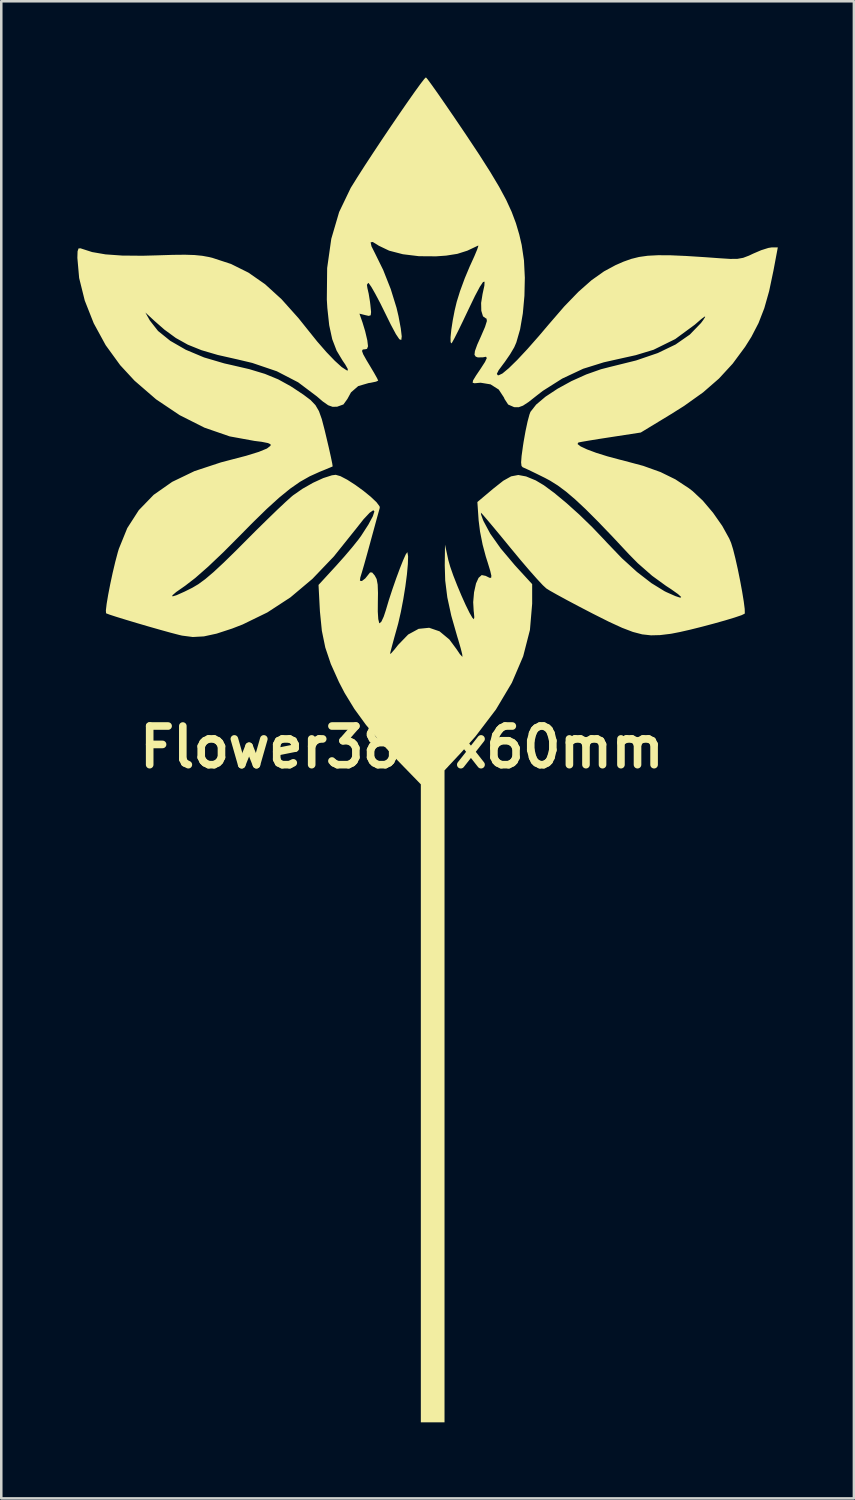
<source format=kicad_pcb>
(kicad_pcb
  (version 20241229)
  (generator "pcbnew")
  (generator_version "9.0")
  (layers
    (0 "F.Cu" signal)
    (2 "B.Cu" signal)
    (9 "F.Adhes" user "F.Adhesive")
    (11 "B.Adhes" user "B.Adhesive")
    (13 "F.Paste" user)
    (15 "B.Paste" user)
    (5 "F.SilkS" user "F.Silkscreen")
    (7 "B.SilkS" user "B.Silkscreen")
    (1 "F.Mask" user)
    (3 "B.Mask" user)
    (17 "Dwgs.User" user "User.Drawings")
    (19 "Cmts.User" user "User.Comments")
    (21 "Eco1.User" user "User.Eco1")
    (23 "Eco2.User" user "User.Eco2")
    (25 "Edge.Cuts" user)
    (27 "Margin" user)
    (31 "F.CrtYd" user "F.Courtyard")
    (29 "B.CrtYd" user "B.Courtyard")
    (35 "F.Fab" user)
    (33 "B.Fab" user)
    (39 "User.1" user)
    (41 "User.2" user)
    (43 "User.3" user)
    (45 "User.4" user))
  (footprint "Flower38.4x60mm"
    (layer "F.Cu")
    (at 12.793 26.406)
    (property "Reference" "Flower38.4x60mm" (at 0 0 0) (layer "F.SilkS") (effects (font (size 1.524 1.524) (thickness 0.3))))
    (attr board_only exclude_from_pos_files exclude_from_bom)
    (fp_poly (pts (xy 1.018 -26.325) (xy 1.177 -26.108) (xy 1.413 -25.776) (xy 1.71 -25.347) (xy 2.056 -24.842) (xy 2.436 -24.281) (xy 2.51 -24.172) (xy 3.047 -23.363) (xy 3.484 -22.677) (xy 3.835 -22.089) (xy 4.112 -21.574) (xy 4.327 -21.106) (xy 4.495 -20.659) (xy 4.628 -20.208) (xy 4.723 -19.799) (xy 4.813 -19.191) (xy 4.847 -18.507) (xy 4.831 -17.794) (xy 4.768 -17.1) (xy 4.66 -16.471) (xy 4.512 -15.957) (xy 4.429 -15.765) (xy 4.265 -15.488) (xy 4.057 -15.186) (xy 4.003 -15.115) (xy 3.815 -14.861) (xy 3.744 -14.72) (xy 3.778 -14.665) (xy 3.816 -14.661) (xy 3.965 -14.733) (xy 4.213 -14.939) (xy 4.546 -15.265) (xy 4.95 -15.697) (xy 5.411 -16.221) (xy 5.773 -16.648) (xy 6.4 -17.374) (xy 6.961 -17.954) (xy 7.476 -18.409) (xy 7.968 -18.758) (xy 8.422 -19.003) (xy 8.74 -19.142) (xy 9.04 -19.249) (xy 9.349 -19.326) (xy 9.693 -19.374) (xy 10.1 -19.395) (xy 10.595 -19.392) (xy 11.206 -19.365) (xy 11.958 -19.317) (xy 12.535 -19.275) (xy 12.944 -19.249) (xy 13.229 -19.252) (xy 13.454 -19.292) (xy 13.681 -19.378) (xy 13.852 -19.459) (xy 14.165 -19.593) (xy 14.447 -19.682) (xy 14.586 -19.704) (xy 14.82 -19.704) (xy 14.649 -18.793) (xy 14.478 -17.98) (xy 14.287 -17.305) (xy 14.06 -16.72) (xy 13.778 -16.176) (xy 13.531 -15.783) (xy 13.041 -15.12) (xy 12.501 -14.533) (xy 11.875 -13.988) (xy 11.125 -13.453) (xy 10.615 -13.132) (xy 9.418 -12.405) (xy 8.234 -12.223) (xy 7.78 -12.153) (xy 7.392 -12.09) (xy 7.106 -12.041) (xy 6.963 -12.013) (xy 6.957 -12.012) (xy 6.924 -11.952) (xy 7.046 -11.858) (xy 7.3 -11.739) (xy 7.66 -11.605) (xy 8.101 -11.467) (xy 8.597 -11.334) (xy 8.689 -11.312) (xy 9.514 -11.091) (xy 10.197 -10.846) (xy 10.782 -10.559) (xy 11.315 -10.208) (xy 11.46 -10.097) (xy 11.861 -9.722) (xy 12.266 -9.243) (xy 12.63 -8.723) (xy 12.906 -8.224) (xy 12.979 -8.052) (xy 13.057 -7.8) (xy 13.147 -7.443) (xy 13.242 -7.02) (xy 13.333 -6.57) (xy 13.414 -6.132) (xy 13.477 -5.746) (xy 13.515 -5.45) (xy 13.519 -5.284) (xy 13.512 -5.263) (xy 13.387 -5.203) (xy 13.118 -5.112) (xy 12.745 -4.999) (xy 12.304 -4.875) (xy 11.834 -4.75) (xy 11.375 -4.635) (xy 10.963 -4.541) (xy 10.638 -4.477) (xy 10.581 -4.468) (xy 10.177 -4.419) (xy 9.82 -4.41) (xy 9.474 -4.448) (xy 9.106 -4.544) (xy 8.682 -4.706) (xy 8.166 -4.943) (xy 7.525 -5.265) (xy 7.483 -5.287) (xy 6.977 -5.55) (xy 6.511 -5.797) (xy 6.12 -6.01) (xy 5.834 -6.171) (xy 5.696 -6.257) (xy 5.556 -6.386) (xy 5.324 -6.635) (xy 5.021 -6.977) (xy 4.672 -7.386) (xy 4.3 -7.835) (xy 4.293 -7.843) (xy 3.938 -8.276) (xy 3.624 -8.655) (xy 3.37 -8.957) (xy 3.195 -9.161) (xy 3.116 -9.244) (xy 3.114 -9.245) (xy 3.123 -9.169) (xy 3.19 -8.981) (xy 3.215 -8.919) (xy 3.482 -8.42) (xy 3.896 -7.835) (xy 4.447 -7.181) (xy 4.546 -7.072) (xy 5.136 -6.429) (xy 5.136 -5.657) (xy 5.048 -4.621) (xy 4.781 -3.582) (xy 4.335 -2.539) (xy 3.708 -1.486) (xy 2.897 -0.42) (xy 2.333 0.216) (xy 1.681 0.914) (xy 1.681 26.614) (xy 0.747 26.614) (xy 0.747 1.464) (xy -0.168 0.522) (xy -0.855 -0.214) (xy -1.415 -0.879) (xy -1.873 -1.509) (xy -2.258 -2.139) (xy -2.481 -2.568) (xy -2.801 -3.28) (xy -3.019 -3.928) (xy -3.155 -4.59) (xy -3.23 -5.343) (xy -3.237 -5.463) (xy -3.286 -6.397) (xy -2.588 -7.157) (xy -2.268 -7.516) (xy -1.964 -7.873) (xy -1.72 -8.177) (xy -1.612 -8.324) (xy -1.319 -8.779) (xy -1.145 -9.104) (xy -1.083 -9.294) (xy -1.127 -9.342) (xy -1.272 -9.241) (xy -1.512 -8.985) (xy -1.841 -8.568) (xy -1.842 -8.568) (xy -2.684 -7.517) (xy -3.528 -6.635) (xy -4.394 -5.906) (xy -5.303 -5.313) (xy -6.275 -4.839) (xy -6.692 -4.677) (xy -7.304 -4.477) (xy -7.805 -4.368) (xy -8.243 -4.344) (xy -8.667 -4.399) (xy -8.778 -4.425) (xy -9.112 -4.512) (xy -9.526 -4.627) (xy -9.983 -4.757) (xy -10.447 -4.893) (xy -10.883 -5.024) (xy -11.253 -5.138) (xy -11.523 -5.226) (xy -11.655 -5.276) (xy -11.662 -5.281) (xy -11.669 -5.394) (xy -11.639 -5.649) (xy -11.579 -6.007) (xy -11.497 -6.429) (xy -11.401 -6.877) (xy -11.298 -7.31) (xy -11.197 -7.691) (xy -11.158 -7.82) (xy -10.826 -8.637) (xy -10.371 -9.344) (xy -9.785 -9.949) (xy -9.056 -10.46) (xy -8.176 -10.884) (xy -7.134 -11.228) (xy -6.818 -11.311) (xy -6.137 -11.489) (xy -5.639 -11.643) (xy -5.32 -11.774) (xy -5.177 -11.884) (xy -5.177 -11.943) (xy -5.287 -11.991) (xy -5.529 -12.039) (xy -5.81 -12.074) (xy -6.79 -12.253) (xy -7.783 -12.597) (xy -8.759 -13.089) (xy -9.688 -13.712) (xy -10.54 -14.449) (xy -11.105 -15.06) (xy -11.677 -15.848) (xy -12.148 -16.711) (xy -12.316 -17.136) (xy -10.112 -17.136) (xy -9.935 -16.82) (xy -9.613 -16.409) (xy -9.131 -16.02) (xy -8.517 -15.667) (xy -7.798 -15.365) (xy -7.001 -15.13) (xy -6.778 -15.08) (xy -6.019 -14.904) (xy -5.4 -14.717) (xy -4.875 -14.501) (xy -4.397 -14.238) (xy -4.266 -14.154) (xy -3.877 -13.895) (xy -3.6 -13.686) (xy -3.407 -13.484) (xy -3.269 -13.247) (xy -3.157 -12.933) (xy -3.044 -12.499) (xy -2.983 -12.242) (xy -2.88 -11.806) (xy -2.799 -11.442) (xy -2.746 -11.186) (xy -2.729 -11.071) (xy -2.73 -11.068) (xy -2.823 -11.028) (xy -3.037 -10.939) (xy -3.244 -10.855) (xy -3.635 -10.678) (xy -4.016 -10.462) (xy -4.409 -10.188) (xy -4.838 -9.838) (xy -5.326 -9.395) (xy -5.895 -8.839) (xy -6.348 -8.379) (xy -7.035 -7.689) (xy -7.637 -7.117) (xy -8.144 -6.672) (xy -8.546 -6.362) (xy -8.589 -6.332) (xy -8.9 -6.115) (xy -9.05 -5.985) (xy -9.043 -5.944) (xy -8.883 -5.992) (xy -8.574 -6.13) (xy -8.264 -6.284) (xy -8.024 -6.426) (xy -7.751 -6.626) (xy -7.424 -6.904) (xy -7.024 -7.276) (xy -6.53 -7.759) (xy -6.21 -8.081) (xy -5.752 -8.54) (xy -5.311 -8.973) (xy -4.914 -9.358) (xy -4.585 -9.667) (xy -4.351 -9.878) (xy -4.292 -9.927) (xy -3.919 -10.187) (xy -3.504 -10.423) (xy -3.099 -10.609) (xy -2.757 -10.719) (xy -2.608 -10.738) (xy -2.423 -10.685) (xy -2.155 -10.545) (xy -1.842 -10.344) (xy -1.521 -10.111) (xy -1.228 -9.873) (xy -1.002 -9.659) (xy -0.88 -9.497) (xy -0.871 -9.44) (xy -0.91 -9.298) (xy -0.989 -9.014) (xy -1.094 -8.627) (xy -1.218 -8.175) (xy -1.244 -8.078) (xy -1.371 -7.615) (xy -1.485 -7.208) (xy -1.576 -6.895) (xy -1.631 -6.716) (xy -1.637 -6.7) (xy -1.655 -6.564) (xy -1.577 -6.55) (xy -1.444 -6.653) (xy -1.368 -6.747) (xy -1.254 -6.89) (xy -1.172 -6.887) (xy -1.071 -6.77) (xy -0.995 -6.628) (xy -0.954 -6.41) (xy -0.942 -6.076) (xy -0.947 -5.749) (xy -0.95 -5.345) (xy -0.931 -5.05) (xy -0.894 -4.897) (xy -0.88 -4.885) (xy -0.808 -4.95) (xy -0.715 -5.15) (xy -0.635 -5.392) (xy -0.515 -5.795) (xy -0.373 -6.229) (xy -0.223 -6.66) (xy -0.077 -7.054) (xy 0.053 -7.379) (xy 0.153 -7.601) (xy 0.212 -7.685) (xy 0.218 -7.682) (xy 0.245 -7.523) (xy 0.236 -7.221) (xy 0.199 -6.812) (xy 0.137 -6.336) (xy 0.055 -5.83) (xy -0.04 -5.334) (xy -0.143 -4.884) (xy -0.183 -4.738) (xy -0.297 -4.33) (xy -0.389 -3.991) (xy -0.449 -3.759) (xy -0.467 -3.674) (xy -0.417 -3.708) (xy -0.286 -3.858) (xy -0.146 -4.035) (xy 0.248 -4.442) (xy 0.66 -4.666) (xy 1.076 -4.708) (xy 1.484 -4.568) (xy 1.871 -4.247) (xy 2.153 -3.867) (xy 2.285 -3.671) (xy 2.374 -3.573) (xy 2.388 -3.571) (xy 2.377 -3.668) (xy 2.319 -3.899) (xy 2.226 -4.221) (xy 2.187 -4.346) (xy 1.948 -5.182) (xy 1.791 -5.906) (xy 1.708 -6.571) (xy 1.69 -7.173) (xy 1.7 -7.984) (xy 1.831 -7.377) (xy 1.905 -7.116) (xy 2.026 -6.77) (xy 2.18 -6.378) (xy 2.348 -5.977) (xy 2.515 -5.605) (xy 2.665 -5.3) (xy 2.78 -5.101) (xy 2.838 -5.043) (xy 2.855 -5.123) (xy 2.837 -5.322) (xy 2.831 -5.364) (xy 2.811 -5.718) (xy 2.845 -6.107) (xy 2.923 -6.456) (xy 3.023 -6.676) (xy 3.147 -6.786) (xy 3.306 -6.753) (xy 3.346 -6.732) (xy 3.458 -6.677) (xy 3.519 -6.678) (xy 3.527 -6.762) (xy 3.482 -6.956) (xy 3.381 -7.287) (xy 3.308 -7.517) (xy 3.183 -7.985) (xy 3.081 -8.501) (xy 3.024 -8.955) (xy 3.024 -8.965) (xy 2.976 -9.665) (xy 3.613 -10.201) (xy 3.997 -10.504) (xy 4.306 -10.677) (xy 4.589 -10.731) (xy 4.896 -10.674) (xy 5.276 -10.518) (xy 5.598 -10.326) (xy 6.012 -10.02) (xy 6.488 -9.625) (xy 6.996 -9.168) (xy 7.504 -8.675) (xy 7.984 -8.172) (xy 8.073 -8.075) (xy 8.666 -7.456) (xy 9.265 -6.911) (xy 9.837 -6.468) (xy 10.35 -6.152) (xy 10.43 -6.112) (xy 10.783 -5.956) (xy 10.976 -5.893) (xy 11.011 -5.921) (xy 10.886 -6.036) (xy 10.603 -6.236) (xy 10.412 -6.36) (xy 9.863 -6.759) (xy 9.301 -7.252) (xy 8.965 -7.592) (xy 8.292 -8.312) (xy 7.722 -8.905) (xy 7.24 -9.387) (xy 6.828 -9.772) (xy 6.468 -10.078) (xy 6.145 -10.318) (xy 5.84 -10.509) (xy 5.638 -10.617) (xy 5.288 -10.79) (xy 4.996 -10.931) (xy 4.805 -11.018) (xy 4.765 -11.034) (xy 4.716 -11.088) (xy 4.7 -11.227) (xy 4.719 -11.48) (xy 4.774 -11.877) (xy 4.798 -12.033) (xy 4.874 -12.461) (xy 4.955 -12.84) (xy 5.03 -13.118) (xy 5.069 -13.22) (xy 5.293 -13.506) (xy 5.661 -13.817) (xy 6.138 -14.132) (xy 6.685 -14.432) (xy 7.267 -14.694) (xy 7.846 -14.899) (xy 8.208 -14.992) (xy 9.233 -15.246) (xy 10.088 -15.538) (xy 10.79 -15.876) (xy 11.352 -16.267) (xy 11.79 -16.72) (xy 11.882 -16.843) (xy 11.958 -16.965) (xy 11.933 -16.976) (xy 11.796 -16.872) (xy 11.547 -16.656) (xy 10.776 -16.089) (xy 9.923 -15.668) (xy 9.222 -15.455) (xy 8.767 -15.354) (xy 8.266 -15.242) (xy 7.961 -15.173) (xy 7.147 -14.919) (xy 6.322 -14.532) (xy 5.557 -14.048) (xy 5.318 -13.863) (xy 4.998 -13.611) (xy 4.774 -13.464) (xy 4.604 -13.402) (xy 4.448 -13.403) (xy 4.417 -13.409) (xy 4.19 -13.508) (xy 4.046 -13.729) (xy 4.025 -13.783) (xy 3.818 -14.099) (xy 3.495 -14.304) (xy 3.104 -14.368) (xy 3.029 -14.362) (xy 2.865 -14.347) (xy 2.789 -14.369) (xy 2.806 -14.459) (xy 2.92 -14.647) (xy 3.098 -14.911) (xy 3.277 -15.188) (xy 3.348 -15.341) (xy 3.316 -15.392) (xy 3.198 -15.37) (xy 2.993 -15.366) (xy 2.91 -15.398) (xy 2.862 -15.472) (xy 2.88 -15.618) (xy 2.971 -15.87) (xy 3.114 -16.189) (xy 3.278 -16.569) (xy 3.351 -16.801) (xy 3.336 -16.898) (xy 3.316 -16.902) (xy 3.198 -16.985) (xy 3.131 -17.204) (xy 3.124 -17.514) (xy 3.18 -17.864) (xy 3.252 -18.196) (xy 3.259 -18.353) (xy 3.199 -18.338) (xy 3.072 -18.148) (xy 2.879 -17.785) (xy 2.62 -17.247) (xy 2.614 -17.234) (xy 2.401 -16.787) (xy 2.214 -16.402) (xy 2.067 -16.112) (xy 1.975 -15.945) (xy 1.955 -15.918) (xy 1.92 -15.969) (xy 1.919 -16.163) (xy 1.949 -16.462) (xy 2.005 -16.826) (xy 2.08 -17.216) (xy 2.161 -17.554) (xy 2.294 -17.983) (xy 2.477 -18.481) (xy 2.675 -18.954) (xy 2.711 -19.032) (xy 2.862 -19.365) (xy 2.968 -19.62) (xy 3.014 -19.76) (xy 3.009 -19.776) (xy 2.581 -19.574) (xy 2.187 -19.449) (xy 1.746 -19.379) (xy 1.35 -19.351) (xy 0.673 -19.356) (xy 0.041 -19.433) (xy -0.502 -19.574) (xy -0.912 -19.77) (xy -0.947 -19.794) (xy -1.15 -19.918) (xy -1.233 -19.902) (xy -1.198 -19.745) (xy -1.066 -19.483) (xy -0.737 -18.813) (xy -0.44 -18.062) (xy -0.211 -17.322) (xy -0.133 -16.99) (xy -0.043 -16.506) (xy -0.006 -16.194) (xy -0.024 -16.053) (xy -0.1 -16.083) (xy -0.237 -16.286) (xy -0.438 -16.662) (xy -0.639 -17.071) (xy -0.854 -17.506) (xy -1.048 -17.873) (xy -1.203 -18.144) (xy -1.304 -18.288) (xy -1.327 -18.303) (xy -1.379 -18.229) (xy -1.358 -18.093) (xy -1.308 -17.874) (xy -1.258 -17.565) (xy -1.241 -17.426) (xy -1.214 -17.155) (xy -1.229 -17.028) (xy -1.306 -17.003) (xy -1.43 -17.03) (xy -1.673 -17.091) (xy -1.551 -16.74) (xy -1.448 -16.4) (xy -1.367 -16.056) (xy -1.363 -16.038) (xy -1.335 -15.805) (xy -1.374 -15.704) (xy -1.443 -15.688) (xy -1.542 -15.677) (xy -1.572 -15.622) (xy -1.526 -15.492) (xy -1.394 -15.256) (xy -1.261 -15.035) (xy -1.096 -14.757) (xy -0.978 -14.547) (xy -0.934 -14.451) (xy -1.016 -14.412) (xy -1.223 -14.368) (xy -1.315 -14.354) (xy -1.722 -14.235) (xy -2.006 -13.988) (xy -2.147 -13.73) (xy -2.304 -13.512) (xy -2.551 -13.423) (xy -2.731 -13.418) (xy -2.905 -13.48) (xy -3.122 -13.632) (xy -3.355 -13.832) (xy -4.089 -14.384) (xy -4.929 -14.819) (xy -5.9 -15.149) (xy -6.473 -15.285) (xy -7.259 -15.463) (xy -7.9 -15.651) (xy -8.436 -15.867) (xy -8.91 -16.131) (xy -9.361 -16.461) (xy -9.748 -16.8) (xy -10.112 -17.136) (xy -12.316 -17.136) (xy -12.502 -17.608) (xy -12.723 -18.497) (xy -12.793 -19.29) (xy -12.785 -19.55) (xy -12.746 -19.663) (xy -12.662 -19.666) (xy -12.63 -19.654) (xy -12.211 -19.519) (xy -11.683 -19.428) (xy -11.026 -19.381) (xy -10.219 -19.374) (xy -9.665 -19.389) (xy -9.033 -19.409) (xy -8.549 -19.414) (xy -8.174 -19.402) (xy -7.871 -19.372) (xy -7.602 -19.323) (xy -7.477 -19.293) (xy -6.736 -19.05) (xy -6.05 -18.709) (xy -5.394 -18.252) (xy -4.744 -17.66) (xy -4.078 -16.916) (xy -3.718 -16.466) (xy -3.339 -15.994) (xy -2.974 -15.575) (xy -2.644 -15.232) (xy -2.373 -14.986) (xy -2.18 -14.86) (xy -2.13 -14.848) (xy -2.136 -14.915) (xy -2.232 -15.086) (xy -2.335 -15.237) (xy -2.572 -15.631) (xy -2.746 -16.084) (xy -2.865 -16.634) (xy -2.939 -17.316) (xy -2.959 -17.649) (xy -2.946 -18.889) (xy -2.783 -20.042) (xy -2.473 -21.099) (xy -2.018 -22.046) (xy -1.984 -22.102) (xy -1.75 -22.478) (xy -1.463 -22.926) (xy -1.138 -23.422) (xy -0.791 -23.945) (xy -0.438 -24.47) (xy -0.093 -24.976) (xy 0.227 -25.439) (xy 0.506 -25.836) (xy 0.73 -26.145) (xy 0.883 -26.343) (xy 0.948 -26.406)) (stroke (width 0) (type solid)) (fill yes) (layer "F.SilkS")))
  (gr_rect
    (start -3 -3)
    (end 30.613 56.02)
    (stroke (width 0.1) (type default))
    (fill no)
    (layer "Edge.Cuts")))
</source>
